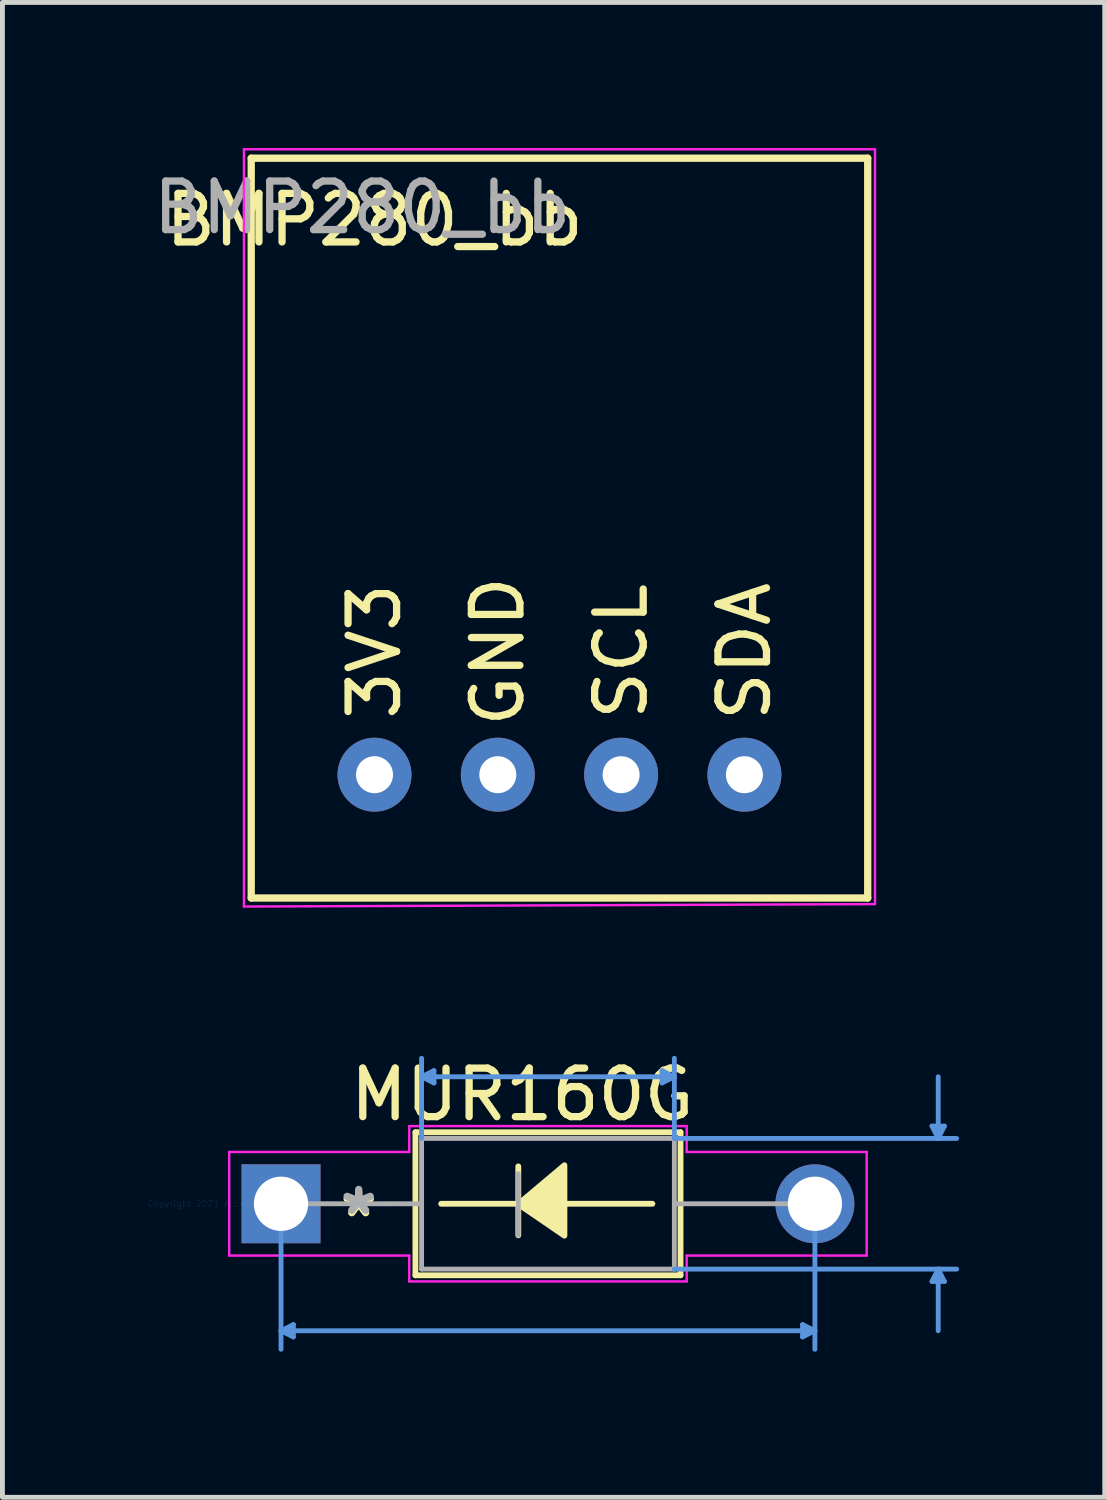
<source format=kicad_pcb>
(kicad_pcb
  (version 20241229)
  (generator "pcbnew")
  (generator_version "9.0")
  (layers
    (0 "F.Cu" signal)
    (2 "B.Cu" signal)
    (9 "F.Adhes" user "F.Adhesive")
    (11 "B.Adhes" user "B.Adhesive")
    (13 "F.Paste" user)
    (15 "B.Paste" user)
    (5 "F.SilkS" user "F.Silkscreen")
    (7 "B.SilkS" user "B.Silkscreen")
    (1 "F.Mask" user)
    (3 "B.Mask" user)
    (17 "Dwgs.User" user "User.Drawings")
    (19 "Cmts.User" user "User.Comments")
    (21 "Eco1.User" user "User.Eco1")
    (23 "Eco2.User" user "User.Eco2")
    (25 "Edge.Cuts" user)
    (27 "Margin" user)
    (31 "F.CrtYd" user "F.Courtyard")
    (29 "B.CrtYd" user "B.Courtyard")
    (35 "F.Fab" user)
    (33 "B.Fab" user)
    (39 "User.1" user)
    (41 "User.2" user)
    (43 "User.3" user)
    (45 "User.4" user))
  (footprint "BMP280_bb"
    (layer "F.Cu")
    (at 8.475 7.575)
    (property "Reference" "BMP280_bb" (at -3.81 -6.096 0) (unlocked yes) (layer "F.SilkS") (effects (font (size 1 1) (thickness 0.15))))
    (attr through_hole)
    (fp_line (start -6.35 -7.366) (end -6.35 7.874) (stroke (width 0.15) (type solid)) (layer "F.SilkS"))
    (fp_line (start -6.35 7.874) (end 6.35 7.874) (stroke (width 0.15) (type solid)) (layer "F.SilkS"))
    (fp_line (start 6.35 -7.366) (end -6.35 -7.366) (stroke (width 0.15) (type solid)) (layer "F.SilkS"))
    (fp_line (start 6.35 7.874) (end 6.35 -7.366) (stroke (width 0.15) (type solid)) (layer "F.SilkS"))
    (fp_line (start -6.5 -7.55) (end 6.5 -7.55) (stroke (width 0.05) (type solid)) (layer "F.CrtYd"))
    (fp_line (start -6.5 8.05) (end -6.5 -7.55) (stroke (width 0.05) (type solid)) (layer "F.CrtYd"))
    (fp_line (start 6.5 -7.55) (end 6.5 8) (stroke (width 0.05) (type solid)) (layer "F.CrtYd"))
    (fp_line (start 6.5 8) (end -6.5 8.05) (stroke (width 0.05) (type solid)) (layer "F.CrtYd"))
    (fp_text user "SCL" (at 1.27 2.794 90) (layer "F.SilkS") (effects (font (size 1 1) (thickness 0.15))))
    (fp_text user "3V3" (at -3.81 2.794 90) (layer "F.SilkS") (effects (font (size 1 1) (thickness 0.15))))
    (fp_text user "SDA" (at 3.81 2.794 90) (layer "F.SilkS") (effects (font (size 1 1) (thickness 0.15))))
    (fp_text user "GND" (at -1.27 2.794 90) (layer "F.SilkS") (effects (font (size 1 1) (thickness 0.15))))
    (fp_text user "${REFERENCE}" (at -4.064 -6.35 0) (unlocked yes) (layer "F.Fab") (effects (font (size 1 1) (thickness 0.15))))
    (pad "1" thru_hole circle (at -3.81 5.334) (size 1.524 1.524) (drill 0.762) (layers "*.Cu" "*.Mask"))
    (pad "2" thru_hole circle (at -1.27 5.334) (size 1.524 1.524) (drill 0.762) (layers "*.Cu" "*.Mask"))
    (pad "3" thru_hole circle (at 1.27 5.334) (size 1.524 1.524) (drill 0.762) (layers "*.Cu" "*.Mask"))
    (pad "4" thru_hole circle (at 3.81 5.334) (size 1.524 1.524) (drill 0.762) (layers "*.Cu" "*.Mask")))
  (footprint "MUR160G"
    (layer "F.Cu")
    (at 2.739 21.748)
    (property "Reference" "MUR160G" (at 4.97 -2.25 0) (layer "F.SilkS") (effects (font (size 1 1) (thickness 0.15))))
    (attr through_hole)
    (fp_line (start 2.769 -1.473) (end 2.769 1.473) (stroke (width 0.12) (type solid)) (layer "F.SilkS"))
    (fp_line (start 2.769 1.473) (end 8.23 1.473) (stroke (width 0.12) (type solid)) (layer "F.SilkS"))
    (fp_line (start 3.3 0) (end 7.65 0) (stroke (width 0.12) (type solid)) (layer "F.SilkS"))
    (fp_line (start 4.888 -0.77) (end 4.888 0.65) (stroke (width 0.12) (type solid)) (layer "F.SilkS"))
    (fp_line (start 8.23 -1.473) (end 2.769 -1.473) (stroke (width 0.12) (type solid)) (layer "F.SilkS"))
    (fp_line (start 8.23 1.473) (end 8.23 -1.473) (stroke (width 0.12) (type solid)) (layer "F.SilkS"))
    (fp_poly (pts (xy 5.838 0.657) (xy 4.888 0.007) (xy 5.838 -0.793)) (stroke (width 0.12) (type solid)) (fill yes) (layer "F.SilkS"))
    (fp_line (start 0 0) (end 0 2.997) (stroke (width 0.1) (type solid)) (layer "Cmts.User"))
    (fp_line (start 0 2.616) (end 0.254 2.489) (stroke (width 0.1) (type solid)) (layer "Cmts.User"))
    (fp_line (start 0 2.616) (end 0.254 2.743) (stroke (width 0.1) (type solid)) (layer "Cmts.User"))
    (fp_line (start 0 2.616) (end 10.998 2.616) (stroke (width 0.1) (type solid)) (layer "Cmts.User"))
    (fp_line (start 0.254 2.489) (end 0.254 2.743) (stroke (width 0.1) (type solid)) (layer "Cmts.User"))
    (fp_line (start 2.896 -2.616) (end 3.15 -2.743) (stroke (width 0.1) (type solid)) (layer "Cmts.User"))
    (fp_line (start 2.896 -2.616) (end 3.15 -2.489) (stroke (width 0.1) (type solid)) (layer "Cmts.User"))
    (fp_line (start 2.896 -2.616) (end 8.103 -2.616) (stroke (width 0.1) (type solid)) (layer "Cmts.User"))
    (fp_line (start 2.896 -1.346) (end 2.896 -2.997) (stroke (width 0.1) (type solid)) (layer "Cmts.User"))
    (fp_line (start 3.15 -2.743) (end 3.15 -2.489) (stroke (width 0.1) (type solid)) (layer "Cmts.User"))
    (fp_line (start 7.849 -2.743) (end 7.849 -2.489) (stroke (width 0.1) (type solid)) (layer "Cmts.User"))
    (fp_line (start 8.103 -2.616) (end 7.849 -2.743) (stroke (width 0.1) (type solid)) (layer "Cmts.User"))
    (fp_line (start 8.103 -2.616) (end 7.849 -2.489) (stroke (width 0.1) (type solid)) (layer "Cmts.User"))
    (fp_line (start 8.103 -1.346) (end 8.103 -2.997) (stroke (width 0.1) (type solid)) (layer "Cmts.User"))
    (fp_line (start 8.103 -1.346) (end 13.919 -1.346) (stroke (width 0.1) (type solid)) (layer "Cmts.User"))
    (fp_line (start 8.103 1.346) (end 13.919 1.346) (stroke (width 0.1) (type solid)) (layer "Cmts.User"))
    (fp_line (start 10.744 2.489) (end 10.744 2.743) (stroke (width 0.1) (type solid)) (layer "Cmts.User"))
    (fp_line (start 10.998 0) (end 10.998 2.997) (stroke (width 0.1) (type solid)) (layer "Cmts.User"))
    (fp_line (start 10.998 2.616) (end 10.744 2.489) (stroke (width 0.1) (type solid)) (layer "Cmts.User"))
    (fp_line (start 10.998 2.616) (end 10.744 2.743) (stroke (width 0.1) (type solid)) (layer "Cmts.User"))
    (fp_line (start 13.411 -1.6) (end 13.665 -1.6) (stroke (width 0.1) (type solid)) (layer "Cmts.User"))
    (fp_line (start 13.411 1.6) (end 13.665 1.6) (stroke (width 0.1) (type solid)) (layer "Cmts.User"))
    (fp_line (start 13.538 -1.346) (end 13.411 -1.6) (stroke (width 0.1) (type solid)) (layer "Cmts.User"))
    (fp_line (start 13.538 -1.346) (end 13.538 -2.616) (stroke (width 0.1) (type solid)) (layer "Cmts.User"))
    (fp_line (start 13.538 -1.346) (end 13.665 -1.6) (stroke (width 0.1) (type solid)) (layer "Cmts.User"))
    (fp_line (start 13.538 1.346) (end 13.411 1.6) (stroke (width 0.1) (type solid)) (layer "Cmts.User"))
    (fp_line (start 13.538 1.346) (end 13.538 2.616) (stroke (width 0.1) (type solid)) (layer "Cmts.User"))
    (fp_line (start 13.538 1.346) (end 13.665 1.6) (stroke (width 0.1) (type solid)) (layer "Cmts.User"))
    (fp_line (start -1.067 -1.067) (end 2.642 -1.067) (stroke (width 0.05) (type solid)) (layer "F.CrtYd"))
    (fp_line (start -1.067 1.067) (end -1.067 -1.067) (stroke (width 0.05) (type solid)) (layer "F.CrtYd"))
    (fp_line (start 2.642 -1.6) (end 8.357 -1.6) (stroke (width 0.05) (type solid)) (layer "F.CrtYd"))
    (fp_line (start 2.642 -1.067) (end 2.642 -1.6) (stroke (width 0.05) (type solid)) (layer "F.CrtYd"))
    (fp_line (start 2.642 1.067) (end -1.067 1.067) (stroke (width 0.05) (type solid)) (layer "F.CrtYd"))
    (fp_line (start 2.642 1.6) (end 2.642 1.067) (stroke (width 0.05) (type solid)) (layer "F.CrtYd"))
    (fp_line (start 8.357 -1.6) (end 8.357 -1.067) (stroke (width 0.05) (type solid)) (layer "F.CrtYd"))
    (fp_line (start 8.357 -1.067) (end 12.065 -1.067) (stroke (width 0.05) (type solid)) (layer "F.CrtYd"))
    (fp_line (start 8.357 1.067) (end 8.357 1.6) (stroke (width 0.05) (type solid)) (layer "F.CrtYd"))
    (fp_line (start 8.357 1.6) (end 2.642 1.6) (stroke (width 0.05) (type solid)) (layer "F.CrtYd"))
    (fp_line (start 12.065 -1.067) (end 12.065 1.067) (stroke (width 0.05) (type solid)) (layer "F.CrtYd"))
    (fp_line (start 12.065 1.067) (end 8.357 1.067) (stroke (width 0.05) (type solid)) (layer "F.CrtYd"))
    (fp_line (start 0 0) (end 2.896 0) (stroke (width 0.1) (type solid)) (layer "F.Fab"))
    (fp_line (start 2.896 -1.346) (end 2.896 1.346) (stroke (width 0.1) (type solid)) (layer "F.Fab"))
    (fp_line (start 2.896 1.346) (end 8.103 1.346) (stroke (width 0.1) (type solid)) (layer "F.Fab"))
    (fp_line (start 4.888 -0.62) (end 4.888 0.65) (stroke (width 0.1) (type solid)) (layer "F.Fab"))
    (fp_line (start 8.103 -1.346) (end 2.896 -1.346) (stroke (width 0.1) (type solid)) (layer "F.Fab"))
    (fp_line (start 8.103 1.346) (end 8.103 -1.346) (stroke (width 0.1) (type solid)) (layer "F.Fab"))
    (fp_line (start 10.998 0) (end 8.103 0) (stroke (width 0.1) (type solid)) (layer "F.Fab"))
    (fp_text user "*" (at 1.6 0.3 0) (layer "F.SilkS") (effects (font (size 1 1) (thickness 0.15))))
    (fp_text user "Copyright 2021 Accelerated Designs. All rights reserved." (at 0 0 0) (layer "Cmts.User") (effects (font (size 0.127 0.127) (thickness 0.002))))
    (fp_text user "*" (at 1.6 0.25 0) (layer "F.Fab") (effects (font (size 1 1) (thickness 0.15))))
    (pad "1" thru_hole rect (at 0 0) (size 1.626 1.626) (drill 1.118) (layers "*.Cu" "*.Mask"))
    (pad "2" thru_hole circle (at 10.998 0) (size 1.626 1.626) (drill 1.118) (layers "*.Cu" "*.Mask")))
  (gr_rect
    (start -3 -3)
    (end 19.708 27.795)
    (stroke (width 0.1) (type default))
    (fill no)
    (layer "Edge.Cuts")))
</source>
